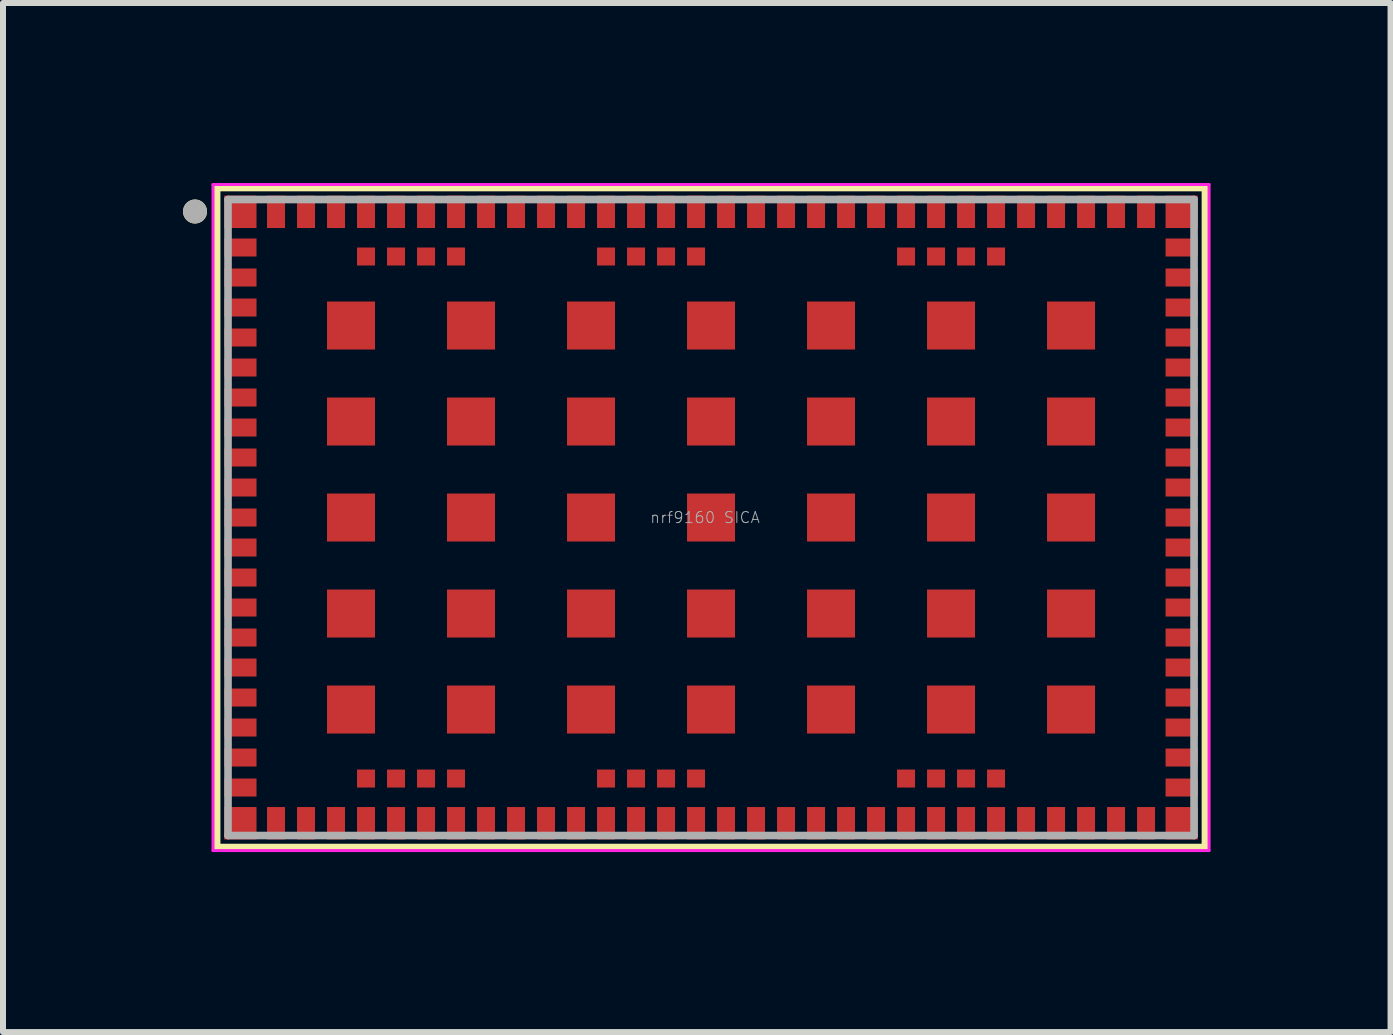
<source format=kicad_pcb>
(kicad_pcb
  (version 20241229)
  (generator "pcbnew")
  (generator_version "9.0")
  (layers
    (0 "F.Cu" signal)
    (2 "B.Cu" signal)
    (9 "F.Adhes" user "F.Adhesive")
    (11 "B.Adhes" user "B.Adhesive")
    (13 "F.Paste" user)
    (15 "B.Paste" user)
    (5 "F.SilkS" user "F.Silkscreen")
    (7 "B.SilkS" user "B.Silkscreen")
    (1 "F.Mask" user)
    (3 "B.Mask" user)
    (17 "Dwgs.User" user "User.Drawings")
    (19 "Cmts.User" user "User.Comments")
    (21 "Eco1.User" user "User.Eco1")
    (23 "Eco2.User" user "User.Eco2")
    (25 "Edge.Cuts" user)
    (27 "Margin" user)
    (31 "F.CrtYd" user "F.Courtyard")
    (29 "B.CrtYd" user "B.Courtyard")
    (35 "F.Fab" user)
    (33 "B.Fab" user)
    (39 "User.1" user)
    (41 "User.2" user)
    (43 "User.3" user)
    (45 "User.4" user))
  (footprint "nrf9160 SICA"
    (layer "F.Cu")
    (at 8.8 5.575)
    (property "Reference" "nrf9160 SICA" (at -0.1 0 0) (layer "F.Fab") (effects (font (size 0.184 0.184) (thickness 0.016))))
    (fp_poly (pts (xy -8.165 -4.775) (xy -7.525 -4.775) (xy -7.525 -5.415) (xy -8.165 -5.415)) (stroke (width 0) (type solid)) (fill yes) (layer "F.Mask"))
    (fp_poly (pts (xy -8.165 5.415) (xy -7.525 5.415) (xy -7.525 4.775) (xy -8.165 4.775)) (stroke (width 0) (type solid)) (fill yes) (layer "F.Mask"))
    (fp_poly (pts (xy -7.525 -4.3) (xy -7.525 -4.7) (xy -8.165 -4.7) (xy -8.165 -4.3)) (stroke (width 0) (type solid)) (fill yes) (layer "F.Mask"))
    (fp_poly (pts (xy -7.525 -4.3) (xy -7.525 -4.7) (xy -8.165 -4.7) (xy -8.165 -4.3)) (stroke (width 0) (type solid)) (fill yes) (layer "F.Mask"))
    (fp_poly (pts (xy -7.525 -3.8) (xy -7.525 -4.2) (xy -8.165 -4.2) (xy -8.165 -3.8)) (stroke (width 0) (type solid)) (fill yes) (layer "F.Mask"))
    (fp_poly (pts (xy -7.525 -3.3) (xy -7.525 -3.7) (xy -8.165 -3.7) (xy -8.165 -3.3)) (stroke (width 0) (type solid)) (fill yes) (layer "F.Mask"))
    (fp_poly (pts (xy -7.525 -2.8) (xy -7.525 -3.2) (xy -8.165 -3.2) (xy -8.165 -2.8)) (stroke (width 0) (type solid)) (fill yes) (layer "F.Mask"))
    (fp_poly (pts (xy -7.525 -2.3) (xy -7.525 -2.7) (xy -8.165 -2.7) (xy -8.165 -2.3)) (stroke (width 0) (type solid)) (fill yes) (layer "F.Mask"))
    (fp_poly (pts (xy -7.525 -1.8) (xy -7.525 -2.2) (xy -8.165 -2.2) (xy -8.165 -1.8)) (stroke (width 0) (type solid)) (fill yes) (layer "F.Mask"))
    (fp_poly (pts (xy -7.525 -1.3) (xy -7.525 -1.7) (xy -8.165 -1.7) (xy -8.165 -1.3)) (stroke (width 0) (type solid)) (fill yes) (layer "F.Mask"))
    (fp_poly (pts (xy -7.525 -0.8) (xy -7.525 -1.2) (xy -8.165 -1.2) (xy -8.165 -0.8)) (stroke (width 0) (type solid)) (fill yes) (layer "F.Mask"))
    (fp_poly (pts (xy -7.525 -0.3) (xy -7.525 -0.7) (xy -8.165 -0.7) (xy -8.165 -0.3)) (stroke (width 0) (type solid)) (fill yes) (layer "F.Mask"))
    (fp_poly (pts (xy -7.525 0.2) (xy -7.525 -0.2) (xy -8.165 -0.2) (xy -8.165 0.2)) (stroke (width 0) (type solid)) (fill yes) (layer "F.Mask"))
    (fp_poly (pts (xy -7.525 0.7) (xy -7.525 0.3) (xy -8.165 0.3) (xy -8.165 0.7)) (stroke (width 0) (type solid)) (fill yes) (layer "F.Mask"))
    (fp_poly (pts (xy -7.525 1.2) (xy -7.525 0.8) (xy -8.165 0.8) (xy -8.165 1.2)) (stroke (width 0) (type solid)) (fill yes) (layer "F.Mask"))
    (fp_poly (pts (xy -7.525 1.7) (xy -7.525 1.3) (xy -8.165 1.3) (xy -8.165 1.7)) (stroke (width 0) (type solid)) (fill yes) (layer "F.Mask"))
    (fp_poly (pts (xy -7.525 2.2) (xy -7.525 1.8) (xy -8.165 1.8) (xy -8.165 2.2)) (stroke (width 0) (type solid)) (fill yes) (layer "F.Mask"))
    (fp_poly (pts (xy -7.525 2.7) (xy -7.525 2.3) (xy -8.165 2.3) (xy -8.165 2.7)) (stroke (width 0) (type solid)) (fill yes) (layer "F.Mask"))
    (fp_poly (pts (xy -7.525 3.2) (xy -7.525 2.8) (xy -8.165 2.8) (xy -8.165 3.2)) (stroke (width 0) (type solid)) (fill yes) (layer "F.Mask"))
    (fp_poly (pts (xy -7.525 3.7) (xy -7.525 3.3) (xy -8.165 3.3) (xy -8.165 3.7)) (stroke (width 0) (type solid)) (fill yes) (layer "F.Mask"))
    (fp_poly (pts (xy -7.525 4.2) (xy -7.525 3.8) (xy -8.165 3.8) (xy -8.165 4.2)) (stroke (width 0) (type solid)) (fill yes) (layer "F.Mask"))
    (fp_poly (pts (xy -7.525 4.7) (xy -7.525 4.3) (xy -8.165 4.3) (xy -8.165 4.7)) (stroke (width 0) (type solid)) (fill yes) (layer "F.Mask"))
    (fp_poly (pts (xy -7.45 -4.775) (xy -7.05 -4.775) (xy -7.05 -5.415) (xy -7.45 -5.415)) (stroke (width 0) (type solid)) (fill yes) (layer "F.Mask"))
    (fp_poly (pts (xy -7.45 5.415) (xy -7.05 5.415) (xy -7.05 4.775) (xy -7.45 4.775)) (stroke (width 0) (type solid)) (fill yes) (layer "F.Mask"))
    (fp_poly (pts (xy -6.95 -4.775) (xy -6.55 -4.775) (xy -6.55 -5.415) (xy -6.95 -5.415)) (stroke (width 0) (type solid)) (fill yes) (layer "F.Mask"))
    (fp_poly (pts (xy -6.95 5.415) (xy -6.55 5.415) (xy -6.55 4.775) (xy -6.95 4.775)) (stroke (width 0) (type solid)) (fill yes) (layer "F.Mask"))
    (fp_poly (pts (xy -6.45 -4.775) (xy -6.05 -4.775) (xy -6.05 -5.415) (xy -6.45 -5.415)) (stroke (width 0) (type solid)) (fill yes) (layer "F.Mask"))
    (fp_poly (pts (xy -6.45 -2.75) (xy -5.55 -2.75) (xy -5.55 -3.65) (xy -6.45 -3.65)) (stroke (width 0) (type solid)) (fill yes) (layer "F.Mask"))
    (fp_poly (pts (xy -6.45 -1.15) (xy -5.55 -1.15) (xy -5.55 -2.05) (xy -6.45 -2.05)) (stroke (width 0) (type solid)) (fill yes) (layer "F.Mask"))
    (fp_poly (pts (xy -6.45 0.45) (xy -5.55 0.45) (xy -5.55 -0.45) (xy -6.45 -0.45)) (stroke (width 0) (type solid)) (fill yes) (layer "F.Mask"))
    (fp_poly (pts (xy -6.45 2.05) (xy -5.55 2.05) (xy -5.55 1.15) (xy -6.45 1.15)) (stroke (width 0) (type solid)) (fill yes) (layer "F.Mask"))
    (fp_poly (pts (xy -6.45 3.65) (xy -5.55 3.65) (xy -5.55 2.75) (xy -6.45 2.75)) (stroke (width 0) (type solid)) (fill yes) (layer "F.Mask"))
    (fp_poly (pts (xy -6.45 5.415) (xy -6.05 5.415) (xy -6.05 4.775) (xy -6.45 4.775)) (stroke (width 0) (type solid)) (fill yes) (layer "F.Mask"))
    (fp_poly (pts (xy -5.95 -4.775) (xy -5.55 -4.775) (xy -5.55 -5.415) (xy -5.95 -5.415)) (stroke (width 0) (type solid)) (fill yes) (layer "F.Mask"))
    (fp_poly (pts (xy -5.95 -4.15) (xy -5.55 -4.15) (xy -5.55 -4.55) (xy -5.95 -4.55)) (stroke (width 0) (type solid)) (fill yes) (layer "F.Mask"))
    (fp_poly (pts (xy -5.95 4.55) (xy -5.55 4.55) (xy -5.55 4.15) (xy -5.95 4.15)) (stroke (width 0) (type solid)) (fill yes) (layer "F.Mask"))
    (fp_poly (pts (xy -5.95 5.415) (xy -5.55 5.415) (xy -5.55 4.775) (xy -5.95 4.775)) (stroke (width 0) (type solid)) (fill yes) (layer "F.Mask"))
    (fp_poly (pts (xy -5.45 -4.775) (xy -5.05 -4.775) (xy -5.05 -5.415) (xy -5.45 -5.415)) (stroke (width 0) (type solid)) (fill yes) (layer "F.Mask"))
    (fp_poly (pts (xy -5.45 -4.15) (xy -5.05 -4.15) (xy -5.05 -4.55) (xy -5.45 -4.55)) (stroke (width 0) (type solid)) (fill yes) (layer "F.Mask"))
    (fp_poly (pts (xy -5.45 4.55) (xy -5.05 4.55) (xy -5.05 4.15) (xy -5.45 4.15)) (stroke (width 0) (type solid)) (fill yes) (layer "F.Mask"))
    (fp_poly (pts (xy -5.45 5.415) (xy -5.05 5.415) (xy -5.05 4.775) (xy -5.45 4.775)) (stroke (width 0) (type solid)) (fill yes) (layer "F.Mask"))
    (fp_poly (pts (xy -4.95 -4.775) (xy -4.55 -4.775) (xy -4.55 -5.415) (xy -4.95 -5.415)) (stroke (width 0) (type solid)) (fill yes) (layer "F.Mask"))
    (fp_poly (pts (xy -4.95 -4.15) (xy -4.55 -4.15) (xy -4.55 -4.55) (xy -4.95 -4.55)) (stroke (width 0) (type solid)) (fill yes) (layer "F.Mask"))
    (fp_poly (pts (xy -4.95 4.55) (xy -4.55 4.55) (xy -4.55 4.15) (xy -4.95 4.15)) (stroke (width 0) (type solid)) (fill yes) (layer "F.Mask"))
    (fp_poly (pts (xy -4.95 5.415) (xy -4.55 5.415) (xy -4.55 4.775) (xy -4.95 4.775)) (stroke (width 0) (type solid)) (fill yes) (layer "F.Mask"))
    (fp_poly (pts (xy -4.45 -4.775) (xy -4.05 -4.775) (xy -4.05 -5.415) (xy -4.45 -5.415)) (stroke (width 0) (type solid)) (fill yes) (layer "F.Mask"))
    (fp_poly (pts (xy -4.45 -4.15) (xy -4.05 -4.15) (xy -4.05 -4.55) (xy -4.45 -4.55)) (stroke (width 0) (type solid)) (fill yes) (layer "F.Mask"))
    (fp_poly (pts (xy -4.45 -2.75) (xy -3.55 -2.75) (xy -3.55 -3.65) (xy -4.45 -3.65)) (stroke (width 0) (type solid)) (fill yes) (layer "F.Mask"))
    (fp_poly (pts (xy -4.45 -1.15) (xy -3.55 -1.15) (xy -3.55 -2.05) (xy -4.45 -2.05)) (stroke (width 0) (type solid)) (fill yes) (layer "F.Mask"))
    (fp_poly (pts (xy -4.45 0.45) (xy -3.55 0.45) (xy -3.55 -0.45) (xy -4.45 -0.45)) (stroke (width 0) (type solid)) (fill yes) (layer "F.Mask"))
    (fp_poly (pts (xy -4.45 2.05) (xy -3.55 2.05) (xy -3.55 1.15) (xy -4.45 1.15)) (stroke (width 0) (type solid)) (fill yes) (layer "F.Mask"))
    (fp_poly (pts (xy -4.45 3.65) (xy -3.55 3.65) (xy -3.55 2.75) (xy -4.45 2.75)) (stroke (width 0) (type solid)) (fill yes) (layer "F.Mask"))
    (fp_poly (pts (xy -4.45 4.55) (xy -4.05 4.55) (xy -4.05 4.15) (xy -4.45 4.15)) (stroke (width 0) (type solid)) (fill yes) (layer "F.Mask"))
    (fp_poly (pts (xy -4.45 5.415) (xy -4.05 5.415) (xy -4.05 4.775) (xy -4.45 4.775)) (stroke (width 0) (type solid)) (fill yes) (layer "F.Mask"))
    (fp_poly (pts (xy -3.95 -4.775) (xy -3.55 -4.775) (xy -3.55 -5.415) (xy -3.95 -5.415)) (stroke (width 0) (type solid)) (fill yes) (layer "F.Mask"))
    (fp_poly (pts (xy -3.95 5.415) (xy -3.55 5.415) (xy -3.55 4.775) (xy -3.95 4.775)) (stroke (width 0) (type solid)) (fill yes) (layer "F.Mask"))
    (fp_poly (pts (xy -3.45 -4.775) (xy -3.05 -4.775) (xy -3.05 -5.415) (xy -3.45 -5.415)) (stroke (width 0) (type solid)) (fill yes) (layer "F.Mask"))
    (fp_poly (pts (xy -3.45 5.415) (xy -3.05 5.415) (xy -3.05 4.775) (xy -3.45 4.775)) (stroke (width 0) (type solid)) (fill yes) (layer "F.Mask"))
    (fp_poly (pts (xy -2.95 -4.775) (xy -2.55 -4.775) (xy -2.55 -5.415) (xy -2.95 -5.415)) (stroke (width 0) (type solid)) (fill yes) (layer "F.Mask"))
    (fp_poly (pts (xy -2.95 5.415) (xy -2.55 5.415) (xy -2.55 4.775) (xy -2.95 4.775)) (stroke (width 0) (type solid)) (fill yes) (layer "F.Mask"))
    (fp_poly (pts (xy -2.45 -4.775) (xy -2.05 -4.775) (xy -2.05 -5.415) (xy -2.45 -5.415)) (stroke (width 0) (type solid)) (fill yes) (layer "F.Mask"))
    (fp_poly (pts (xy -2.45 -2.75) (xy -1.55 -2.75) (xy -1.55 -3.65) (xy -2.45 -3.65)) (stroke (width 0) (type solid)) (fill yes) (layer "F.Mask"))
    (fp_poly (pts (xy -2.45 -1.15) (xy -1.55 -1.15) (xy -1.55 -2.05) (xy -2.45 -2.05)) (stroke (width 0) (type solid)) (fill yes) (layer "F.Mask"))
    (fp_poly (pts (xy -2.45 0.45) (xy -1.55 0.45) (xy -1.55 -0.45) (xy -2.45 -0.45)) (stroke (width 0) (type solid)) (fill yes) (layer "F.Mask"))
    (fp_poly (pts (xy -2.45 2.05) (xy -1.55 2.05) (xy -1.55 1.15) (xy -2.45 1.15)) (stroke (width 0) (type solid)) (fill yes) (layer "F.Mask"))
    (fp_poly (pts (xy -2.45 3.65) (xy -1.55 3.65) (xy -1.55 2.75) (xy -2.45 2.75)) (stroke (width 0) (type solid)) (fill yes) (layer "F.Mask"))
    (fp_poly (pts (xy -2.45 5.415) (xy -2.05 5.415) (xy -2.05 4.775) (xy -2.45 4.775)) (stroke (width 0) (type solid)) (fill yes) (layer "F.Mask"))
    (fp_poly (pts (xy -1.95 -4.775) (xy -1.55 -4.775) (xy -1.55 -5.415) (xy -1.95 -5.415)) (stroke (width 0) (type solid)) (fill yes) (layer "F.Mask"))
    (fp_poly (pts (xy -1.95 -4.15) (xy -1.55 -4.15) (xy -1.55 -4.55) (xy -1.95 -4.55)) (stroke (width 0) (type solid)) (fill yes) (layer "F.Mask"))
    (fp_poly (pts (xy -1.95 4.55) (xy -1.55 4.55) (xy -1.55 4.15) (xy -1.95 4.15)) (stroke (width 0) (type solid)) (fill yes) (layer "F.Mask"))
    (fp_poly (pts (xy -1.95 5.415) (xy -1.55 5.415) (xy -1.55 4.775) (xy -1.95 4.775)) (stroke (width 0) (type solid)) (fill yes) (layer "F.Mask"))
    (fp_poly (pts (xy -1.45 -4.775) (xy -1.05 -4.775) (xy -1.05 -5.415) (xy -1.45 -5.415)) (stroke (width 0) (type solid)) (fill yes) (layer "F.Mask"))
    (fp_poly (pts (xy -1.45 -4.15) (xy -1.05 -4.15) (xy -1.05 -4.55) (xy -1.45 -4.55)) (stroke (width 0) (type solid)) (fill yes) (layer "F.Mask"))
    (fp_poly (pts (xy -1.45 4.55) (xy -1.05 4.55) (xy -1.05 4.15) (xy -1.45 4.15)) (stroke (width 0) (type solid)) (fill yes) (layer "F.Mask"))
    (fp_poly (pts (xy -1.45 5.415) (xy -1.05 5.415) (xy -1.05 4.775) (xy -1.45 4.775)) (stroke (width 0) (type solid)) (fill yes) (layer "F.Mask"))
    (fp_poly (pts (xy -0.95 -4.775) (xy -0.55 -4.775) (xy -0.55 -5.415) (xy -0.95 -5.415)) (stroke (width 0) (type solid)) (fill yes) (layer "F.Mask"))
    (fp_poly (pts (xy -0.95 -4.15) (xy -0.55 -4.15) (xy -0.55 -4.55) (xy -0.95 -4.55)) (stroke (width 0) (type solid)) (fill yes) (layer "F.Mask"))
    (fp_poly (pts (xy -0.95 4.55) (xy -0.55 4.55) (xy -0.55 4.15) (xy -0.95 4.15)) (stroke (width 0) (type solid)) (fill yes) (layer "F.Mask"))
    (fp_poly (pts (xy -0.95 5.415) (xy -0.55 5.415) (xy -0.55 4.775) (xy -0.95 4.775)) (stroke (width 0) (type solid)) (fill yes) (layer "F.Mask"))
    (fp_poly (pts (xy -0.45 -4.775) (xy -0.05 -4.775) (xy -0.05 -5.415) (xy -0.45 -5.415)) (stroke (width 0) (type solid)) (fill yes) (layer "F.Mask"))
    (fp_poly (pts (xy -0.45 -4.15) (xy -0.05 -4.15) (xy -0.05 -4.55) (xy -0.45 -4.55)) (stroke (width 0) (type solid)) (fill yes) (layer "F.Mask"))
    (fp_poly (pts (xy -0.45 -2.75) (xy 0.45 -2.75) (xy 0.45 -3.65) (xy -0.45 -3.65)) (stroke (width 0) (type solid)) (fill yes) (layer "F.Mask"))
    (fp_poly (pts (xy -0.45 -1.15) (xy 0.45 -1.15) (xy 0.45 -2.05) (xy -0.45 -2.05)) (stroke (width 0) (type solid)) (fill yes) (layer "F.Mask"))
    (fp_poly (pts (xy -0.45 0.45) (xy 0.45 0.45) (xy 0.45 -0.45) (xy -0.45 -0.45)) (stroke (width 0) (type solid)) (fill yes) (layer "F.Mask"))
    (fp_poly (pts (xy -0.45 2.05) (xy 0.45 2.05) (xy 0.45 1.15) (xy -0.45 1.15)) (stroke (width 0) (type solid)) (fill yes) (layer "F.Mask"))
    (fp_poly (pts (xy -0.45 3.65) (xy 0.45 3.65) (xy 0.45 2.75) (xy -0.45 2.75)) (stroke (width 0) (type solid)) (fill yes) (layer "F.Mask"))
    (fp_poly (pts (xy -0.45 4.55) (xy -0.05 4.55) (xy -0.05 4.15) (xy -0.45 4.15)) (stroke (width 0) (type solid)) (fill yes) (layer "F.Mask"))
    (fp_poly (pts (xy -0.45 5.415) (xy -0.05 5.415) (xy -0.05 4.775) (xy -0.45 4.775)) (stroke (width 0) (type solid)) (fill yes) (layer "F.Mask"))
    (fp_poly (pts (xy 0.05 -4.775) (xy 0.45 -4.775) (xy 0.45 -5.415) (xy 0.05 -5.415)) (stroke (width 0) (type solid)) (fill yes) (layer "F.Mask"))
    (fp_poly (pts (xy 0.05 5.415) (xy 0.45 5.415) (xy 0.45 4.775) (xy 0.05 4.775)) (stroke (width 0) (type solid)) (fill yes) (layer "F.Mask"))
    (fp_poly (pts (xy 0.55 -4.775) (xy 0.95 -4.775) (xy 0.95 -5.415) (xy 0.55 -5.415)) (stroke (width 0) (type solid)) (fill yes) (layer "F.Mask"))
    (fp_poly (pts (xy 0.55 5.415) (xy 0.95 5.415) (xy 0.95 4.775) (xy 0.55 4.775)) (stroke (width 0) (type solid)) (fill yes) (layer "F.Mask"))
    (fp_poly (pts (xy 1.05 -4.775) (xy 1.45 -4.775) (xy 1.45 -5.415) (xy 1.05 -5.415)) (stroke (width 0) (type solid)) (fill yes) (layer "F.Mask"))
    (fp_poly (pts (xy 1.05 5.415) (xy 1.45 5.415) (xy 1.45 4.775) (xy 1.05 4.775)) (stroke (width 0) (type solid)) (fill yes) (layer "F.Mask"))
    (fp_poly (pts (xy 1.55 -4.775) (xy 1.95 -4.775) (xy 1.95 -5.415) (xy 1.55 -5.415)) (stroke (width 0) (type solid)) (fill yes) (layer "F.Mask"))
    (fp_poly (pts (xy 1.55 -2.75) (xy 2.45 -2.75) (xy 2.45 -3.65) (xy 1.55 -3.65)) (stroke (width 0) (type solid)) (fill yes) (layer "F.Mask"))
    (fp_poly (pts (xy 1.55 -1.15) (xy 2.45 -1.15) (xy 2.45 -2.05) (xy 1.55 -2.05)) (stroke (width 0) (type solid)) (fill yes) (layer "F.Mask"))
    (fp_poly (pts (xy 1.55 0.45) (xy 2.45 0.45) (xy 2.45 -0.45) (xy 1.55 -0.45)) (stroke (width 0) (type solid)) (fill yes) (layer "F.Mask"))
    (fp_poly (pts (xy 1.55 2.05) (xy 2.45 2.05) (xy 2.45 1.15) (xy 1.55 1.15)) (stroke (width 0) (type solid)) (fill yes) (layer "F.Mask"))
    (fp_poly (pts (xy 1.55 3.65) (xy 2.45 3.65) (xy 2.45 2.75) (xy 1.55 2.75)) (stroke (width 0) (type solid)) (fill yes) (layer "F.Mask"))
    (fp_poly (pts (xy 1.55 5.415) (xy 1.95 5.415) (xy 1.95 4.775) (xy 1.55 4.775)) (stroke (width 0) (type solid)) (fill yes) (layer "F.Mask"))
    (fp_poly (pts (xy 2.05 -4.775) (xy 2.45 -4.775) (xy 2.45 -5.415) (xy 2.05 -5.415)) (stroke (width 0) (type solid)) (fill yes) (layer "F.Mask"))
    (fp_poly (pts (xy 2.05 5.415) (xy 2.45 5.415) (xy 2.45 4.775) (xy 2.05 4.775)) (stroke (width 0) (type solid)) (fill yes) (layer "F.Mask"))
    (fp_poly (pts (xy 2.55 -4.775) (xy 2.95 -4.775) (xy 2.95 -5.415) (xy 2.55 -5.415)) (stroke (width 0) (type solid)) (fill yes) (layer "F.Mask"))
    (fp_poly (pts (xy 2.55 5.415) (xy 2.95 5.415) (xy 2.95 4.775) (xy 2.55 4.775)) (stroke (width 0) (type solid)) (fill yes) (layer "F.Mask"))
    (fp_poly (pts (xy 3.05 -4.775) (xy 3.45 -4.775) (xy 3.45 -5.415) (xy 3.05 -5.415)) (stroke (width 0) (type solid)) (fill yes) (layer "F.Mask"))
    (fp_poly (pts (xy 3.05 -4.15) (xy 3.45 -4.15) (xy 3.45 -4.55) (xy 3.05 -4.55)) (stroke (width 0) (type solid)) (fill yes) (layer "F.Mask"))
    (fp_poly (pts (xy 3.05 4.55) (xy 3.45 4.55) (xy 3.45 4.15) (xy 3.05 4.15)) (stroke (width 0) (type solid)) (fill yes) (layer "F.Mask"))
    (fp_poly (pts (xy 3.05 5.415) (xy 3.45 5.415) (xy 3.45 4.775) (xy 3.05 4.775)) (stroke (width 0) (type solid)) (fill yes) (layer "F.Mask"))
    (fp_poly (pts (xy 3.55 -4.775) (xy 3.95 -4.775) (xy 3.95 -5.415) (xy 3.55 -5.415)) (stroke (width 0) (type solid)) (fill yes) (layer "F.Mask"))
    (fp_poly (pts (xy 3.55 -4.15) (xy 3.95 -4.15) (xy 3.95 -4.55) (xy 3.55 -4.55)) (stroke (width 0) (type solid)) (fill yes) (layer "F.Mask"))
    (fp_poly (pts (xy 3.55 -2.75) (xy 4.45 -2.75) (xy 4.45 -3.65) (xy 3.55 -3.65)) (stroke (width 0) (type solid)) (fill yes) (layer "F.Mask"))
    (fp_poly (pts (xy 3.55 -1.15) (xy 4.45 -1.15) (xy 4.45 -2.05) (xy 3.55 -2.05)) (stroke (width 0) (type solid)) (fill yes) (layer "F.Mask"))
    (fp_poly (pts (xy 3.55 0.45) (xy 4.45 0.45) (xy 4.45 -0.45) (xy 3.55 -0.45)) (stroke (width 0) (type solid)) (fill yes) (layer "F.Mask"))
    (fp_poly (pts (xy 3.55 2.05) (xy 4.45 2.05) (xy 4.45 1.15) (xy 3.55 1.15)) (stroke (width 0) (type solid)) (fill yes) (layer "F.Mask"))
    (fp_poly (pts (xy 3.55 3.65) (xy 4.45 3.65) (xy 4.45 2.75) (xy 3.55 2.75)) (stroke (width 0) (type solid)) (fill yes) (layer "F.Mask"))
    (fp_poly (pts (xy 3.55 4.55) (xy 3.95 4.55) (xy 3.95 4.15) (xy 3.55 4.15)) (stroke (width 0) (type solid)) (fill yes) (layer "F.Mask"))
    (fp_poly (pts (xy 3.55 5.415) (xy 3.95 5.415) (xy 3.95 4.775) (xy 3.55 4.775)) (stroke (width 0) (type solid)) (fill yes) (layer "F.Mask"))
    (fp_poly (pts (xy 4.05 -4.775) (xy 4.45 -4.775) (xy 4.45 -5.415) (xy 4.05 -5.415)) (stroke (width 0) (type solid)) (fill yes) (layer "F.Mask"))
    (fp_poly (pts (xy 4.05 -4.15) (xy 4.45 -4.15) (xy 4.45 -4.55) (xy 4.05 -4.55)) (stroke (width 0) (type solid)) (fill yes) (layer "F.Mask"))
    (fp_poly (pts (xy 4.05 4.55) (xy 4.45 4.55) (xy 4.45 4.15) (xy 4.05 4.15)) (stroke (width 0) (type solid)) (fill yes) (layer "F.Mask"))
    (fp_poly (pts (xy 4.05 5.415) (xy 4.45 5.415) (xy 4.45 4.775) (xy 4.05 4.775)) (stroke (width 0) (type solid)) (fill yes) (layer "F.Mask"))
    (fp_poly (pts (xy 4.55 -4.775) (xy 4.95 -4.775) (xy 4.95 -5.415) (xy 4.55 -5.415)) (stroke (width 0) (type solid)) (fill yes) (layer "F.Mask"))
    (fp_poly (pts (xy 4.55 -4.15) (xy 4.95 -4.15) (xy 4.95 -4.55) (xy 4.55 -4.55)) (stroke (width 0) (type solid)) (fill yes) (layer "F.Mask"))
    (fp_poly (pts (xy 4.55 4.55) (xy 4.95 4.55) (xy 4.95 4.15) (xy 4.55 4.15)) (stroke (width 0) (type solid)) (fill yes) (layer "F.Mask"))
    (fp_poly (pts (xy 4.55 5.415) (xy 4.95 5.415) (xy 4.95 4.775) (xy 4.55 4.775)) (stroke (width 0) (type solid)) (fill yes) (layer "F.Mask"))
    (fp_poly (pts (xy 5.05 -4.775) (xy 5.45 -4.775) (xy 5.45 -5.415) (xy 5.05 -5.415)) (stroke (width 0) (type solid)) (fill yes) (layer "F.Mask"))
    (fp_poly (pts (xy 5.05 5.415) (xy 5.45 5.415) (xy 5.45 4.775) (xy 5.05 4.775)) (stroke (width 0) (type solid)) (fill yes) (layer "F.Mask"))
    (fp_poly (pts (xy 5.55 -4.775) (xy 5.95 -4.775) (xy 5.95 -5.415) (xy 5.55 -5.415)) (stroke (width 0) (type solid)) (fill yes) (layer "F.Mask"))
    (fp_poly (pts (xy 5.55 -2.75) (xy 6.45 -2.75) (xy 6.45 -3.65) (xy 5.55 -3.65)) (stroke (width 0) (type solid)) (fill yes) (layer "F.Mask"))
    (fp_poly (pts (xy 5.55 -1.15) (xy 6.45 -1.15) (xy 6.45 -2.05) (xy 5.55 -2.05)) (stroke (width 0) (type solid)) (fill yes) (layer "F.Mask"))
    (fp_poly (pts (xy 5.55 0.45) (xy 6.45 0.45) (xy 6.45 -0.45) (xy 5.55 -0.45)) (stroke (width 0) (type solid)) (fill yes) (layer "F.Mask"))
    (fp_poly (pts (xy 5.55 2.05) (xy 6.45 2.05) (xy 6.45 1.15) (xy 5.55 1.15)) (stroke (width 0) (type solid)) (fill yes) (layer "F.Mask"))
    (fp_poly (pts (xy 5.55 3.65) (xy 6.45 3.65) (xy 6.45 2.75) (xy 5.55 2.75)) (stroke (width 0) (type solid)) (fill yes) (layer "F.Mask"))
    (fp_poly (pts (xy 5.55 5.415) (xy 5.95 5.415) (xy 5.95 4.775) (xy 5.55 4.775)) (stroke (width 0) (type solid)) (fill yes) (layer "F.Mask"))
    (fp_poly (pts (xy 6.05 -4.775) (xy 6.45 -4.775) (xy 6.45 -5.415) (xy 6.05 -5.415)) (stroke (width 0) (type solid)) (fill yes) (layer "F.Mask"))
    (fp_poly (pts (xy 6.05 5.415) (xy 6.45 5.415) (xy 6.45 4.775) (xy 6.05 4.775)) (stroke (width 0) (type solid)) (fill yes) (layer "F.Mask"))
    (fp_poly (pts (xy 6.55 -4.775) (xy 6.95 -4.775) (xy 6.95 -5.415) (xy 6.55 -5.415)) (stroke (width 0) (type solid)) (fill yes) (layer "F.Mask"))
    (fp_poly (pts (xy 6.55 5.415) (xy 6.95 5.415) (xy 6.95 4.775) (xy 6.55 4.775)) (stroke (width 0) (type solid)) (fill yes) (layer "F.Mask"))
    (fp_poly (pts (xy 7.05 -4.775) (xy 7.45 -4.775) (xy 7.45 -5.415) (xy 7.05 -5.415)) (stroke (width 0) (type solid)) (fill yes) (layer "F.Mask"))
    (fp_poly (pts (xy 7.05 5.415) (xy 7.45 5.415) (xy 7.45 4.775) (xy 7.05 4.775)) (stroke (width 0) (type solid)) (fill yes) (layer "F.Mask"))
    (fp_poly (pts (xy 7.525 -4.775) (xy 8.165 -4.775) (xy 8.165 -5.415) (xy 7.525 -5.415)) (stroke (width 0) (type solid)) (fill yes) (layer "F.Mask"))
    (fp_poly (pts (xy 7.525 5.415) (xy 8.165 5.415) (xy 8.165 4.775) (xy 7.525 4.775)) (stroke (width 0) (type solid)) (fill yes) (layer "F.Mask"))
    (fp_poly (pts (xy 8.165 -4.3) (xy 8.165 -4.7) (xy 7.525 -4.7) (xy 7.525 -4.3)) (stroke (width 0) (type solid)) (fill yes) (layer "F.Mask"))
    (fp_poly (pts (xy 8.165 -3.8) (xy 8.165 -4.2) (xy 7.525 -4.2) (xy 7.525 -3.8)) (stroke (width 0) (type solid)) (fill yes) (layer "F.Mask"))
    (fp_poly (pts (xy 8.165 -3.3) (xy 8.165 -3.7) (xy 7.525 -3.7) (xy 7.525 -3.3)) (stroke (width 0) (type solid)) (fill yes) (layer "F.Mask"))
    (fp_poly (pts (xy 8.165 -2.8) (xy 8.165 -3.2) (xy 7.525 -3.2) (xy 7.525 -2.8)) (stroke (width 0) (type solid)) (fill yes) (layer "F.Mask"))
    (fp_poly (pts (xy 8.165 -2.3) (xy 8.165 -2.7) (xy 7.525 -2.7) (xy 7.525 -2.3)) (stroke (width 0) (type solid)) (fill yes) (layer "F.Mask"))
    (fp_poly (pts (xy 8.165 -1.8) (xy 8.165 -2.2) (xy 7.525 -2.2) (xy 7.525 -1.8)) (stroke (width 0) (type solid)) (fill yes) (layer "F.Mask"))
    (fp_poly (pts (xy 8.165 -1.3) (xy 8.165 -1.7) (xy 7.525 -1.7) (xy 7.525 -1.3)) (stroke (width 0) (type solid)) (fill yes) (layer "F.Mask"))
    (fp_poly (pts (xy 8.165 -0.8) (xy 8.165 -1.2) (xy 7.525 -1.2) (xy 7.525 -0.8)) (stroke (width 0) (type solid)) (fill yes) (layer "F.Mask"))
    (fp_poly (pts (xy 8.165 -0.3) (xy 8.165 -0.7) (xy 7.525 -0.7) (xy 7.525 -0.3)) (stroke (width 0) (type solid)) (fill yes) (layer "F.Mask"))
    (fp_poly (pts (xy 8.165 0.2) (xy 8.165 -0.2) (xy 7.525 -0.2) (xy 7.525 0.2)) (stroke (width 0) (type solid)) (fill yes) (layer "F.Mask"))
    (fp_poly (pts (xy 8.165 0.7) (xy 8.165 0.3) (xy 7.525 0.3) (xy 7.525 0.7)) (stroke (width 0) (type solid)) (fill yes) (layer "F.Mask"))
    (fp_poly (pts (xy 8.165 1.2) (xy 8.165 0.8) (xy 7.525 0.8) (xy 7.525 1.2)) (stroke (width 0) (type solid)) (fill yes) (layer "F.Mask"))
    (fp_poly (pts (xy 8.165 1.7) (xy 8.165 1.3) (xy 7.525 1.3) (xy 7.525 1.7)) (stroke (width 0) (type solid)) (fill yes) (layer "F.Mask"))
    (fp_poly (pts (xy 8.165 2.2) (xy 8.165 1.8) (xy 7.525 1.8) (xy 7.525 2.2)) (stroke (width 0) (type solid)) (fill yes) (layer "F.Mask"))
    (fp_poly (pts (xy 8.165 2.7) (xy 8.165 2.3) (xy 7.525 2.3) (xy 7.525 2.7)) (stroke (width 0) (type solid)) (fill yes) (layer "F.Mask"))
    (fp_poly (pts (xy 8.165 3.2) (xy 8.165 2.8) (xy 7.525 2.8) (xy 7.525 3.2)) (stroke (width 0) (type solid)) (fill yes) (layer "F.Mask"))
    (fp_poly (pts (xy 8.165 3.7) (xy 8.165 3.3) (xy 7.525 3.3) (xy 7.525 3.7)) (stroke (width 0) (type solid)) (fill yes) (layer "F.Mask"))
    (fp_poly (pts (xy 8.165 4.2) (xy 8.165 3.8) (xy 7.525 3.8) (xy 7.525 4.2)) (stroke (width 0) (type solid)) (fill yes) (layer "F.Mask"))
    (fp_poly (pts (xy 8.165 4.7) (xy 8.165 4.3) (xy 7.525 4.3) (xy 7.525 4.7)) (stroke (width 0) (type solid)) (fill yes) (layer "F.Mask"))
    (fp_line (start -8.24 -5.5) (end 8.24 -5.5) (stroke (width 0.127) (type solid)) (layer "F.SilkS"))
    (fp_line (start -8.24 5.5) (end -8.24 -5.5) (stroke (width 0.127) (type solid)) (layer "F.SilkS"))
    (fp_line (start 8.24 -5.5) (end 8.24 5.5) (stroke (width 0.127) (type solid)) (layer "F.SilkS"))
    (fp_line (start 8.24 5.5) (end -8.24 5.5) (stroke (width 0.127) (type solid)) (layer "F.SilkS"))
    (fp_circle (center -8.6 -5.1) (end -8.5 -5.1) (stroke (width 0.2) (type solid)) (fill no) (layer "F.SilkS"))
    (fp_poly (pts (xy -8.045 -4.895) (xy -7.645 -4.895) (xy -7.645 -5.295) (xy -8.045 -5.295)) (stroke (width 0) (type solid)) (fill yes) (layer "F.Paste"))
    (fp_poly (pts (xy -8.045 5.295) (xy -7.645 5.295) (xy -7.645 4.895) (xy -8.045 4.895)) (stroke (width 0) (type solid)) (fill yes) (layer "F.Paste"))
    (fp_poly (pts (xy -6.285 -2.915) (xy -5.715 -2.915) (xy -5.715 -3.485) (xy -6.285 -3.485)) (stroke (width 0) (type solid)) (fill yes) (layer "F.Paste"))
    (fp_poly (pts (xy -6.285 -1.315) (xy -5.715 -1.315) (xy -5.715 -1.885) (xy -6.285 -1.885)) (stroke (width 0) (type solid)) (fill yes) (layer "F.Paste"))
    (fp_poly (pts (xy -6.285 0.285) (xy -5.715 0.285) (xy -5.715 -0.285) (xy -6.285 -0.285)) (stroke (width 0) (type solid)) (fill yes) (layer "F.Paste"))
    (fp_poly (pts (xy -6.285 1.885) (xy -5.715 1.885) (xy -5.715 1.315) (xy -6.285 1.315)) (stroke (width 0) (type solid)) (fill yes) (layer "F.Paste"))
    (fp_poly (pts (xy -6.285 3.485) (xy -5.715 3.485) (xy -5.715 2.915) (xy -6.285 2.915)) (stroke (width 0) (type solid)) (fill yes) (layer "F.Paste"))
    (fp_poly (pts (xy -4.285 -2.915) (xy -3.715 -2.915) (xy -3.715 -3.485) (xy -4.285 -3.485)) (stroke (width 0) (type solid)) (fill yes) (layer "F.Paste"))
    (fp_poly (pts (xy -4.285 -1.315) (xy -3.715 -1.315) (xy -3.715 -1.885) (xy -4.285 -1.885)) (stroke (width 0) (type solid)) (fill yes) (layer "F.Paste"))
    (fp_poly (pts (xy -4.285 0.285) (xy -3.715 0.285) (xy -3.715 -0.285) (xy -4.285 -0.285)) (stroke (width 0) (type solid)) (fill yes) (layer "F.Paste"))
    (fp_poly (pts (xy -4.285 1.885) (xy -3.715 1.885) (xy -3.715 1.315) (xy -4.285 1.315)) (stroke (width 0) (type solid)) (fill yes) (layer "F.Paste"))
    (fp_poly (pts (xy -4.285 3.485) (xy -3.715 3.485) (xy -3.715 2.915) (xy -4.285 2.915)) (stroke (width 0) (type solid)) (fill yes) (layer "F.Paste"))
    (fp_poly (pts (xy -2.285 -2.915) (xy -1.715 -2.915) (xy -1.715 -3.485) (xy -2.285 -3.485)) (stroke (width 0) (type solid)) (fill yes) (layer "F.Paste"))
    (fp_poly (pts (xy -2.285 -1.315) (xy -1.715 -1.315) (xy -1.715 -1.885) (xy -2.285 -1.885)) (stroke (width 0) (type solid)) (fill yes) (layer "F.Paste"))
    (fp_poly (pts (xy -2.285 0.285) (xy -1.715 0.285) (xy -1.715 -0.285) (xy -2.285 -0.285)) (stroke (width 0) (type solid)) (fill yes) (layer "F.Paste"))
    (fp_poly (pts (xy -2.285 1.885) (xy -1.715 1.885) (xy -1.715 1.315) (xy -2.285 1.315)) (stroke (width 0) (type solid)) (fill yes) (layer "F.Paste"))
    (fp_poly (pts (xy -2.285 3.485) (xy -1.715 3.485) (xy -1.715 2.915) (xy -2.285 2.915)) (stroke (width 0) (type solid)) (fill yes) (layer "F.Paste"))
    (fp_poly (pts (xy -0.285 -2.915) (xy 0.285 -2.915) (xy 0.285 -3.485) (xy -0.285 -3.485)) (stroke (width 0) (type solid)) (fill yes) (layer "F.Paste"))
    (fp_poly (pts (xy -0.285 -1.315) (xy 0.285 -1.315) (xy 0.285 -1.885) (xy -0.285 -1.885)) (stroke (width 0) (type solid)) (fill yes) (layer "F.Paste"))
    (fp_poly (pts (xy -0.285 0.285) (xy 0.285 0.285) (xy 0.285 -0.285) (xy -0.285 -0.285)) (stroke (width 0) (type solid)) (fill yes) (layer "F.Paste"))
    (fp_poly (pts (xy -0.285 1.885) (xy 0.285 1.885) (xy 0.285 1.315) (xy -0.285 1.315)) (stroke (width 0) (type solid)) (fill yes) (layer "F.Paste"))
    (fp_poly (pts (xy -0.285 3.485) (xy 0.285 3.485) (xy 0.285 2.915) (xy -0.285 2.915)) (stroke (width 0) (type solid)) (fill yes) (layer "F.Paste"))
    (fp_poly (pts (xy 1.715 -2.915) (xy 2.285 -2.915) (xy 2.285 -3.485) (xy 1.715 -3.485)) (stroke (width 0) (type solid)) (fill yes) (layer "F.Paste"))
    (fp_poly (pts (xy 1.715 -1.315) (xy 2.285 -1.315) (xy 2.285 -1.885) (xy 1.715 -1.885)) (stroke (width 0) (type solid)) (fill yes) (layer "F.Paste"))
    (fp_poly (pts (xy 1.715 0.285) (xy 2.285 0.285) (xy 2.285 -0.285) (xy 1.715 -0.285)) (stroke (width 0) (type solid)) (fill yes) (layer "F.Paste"))
    (fp_poly (pts (xy 1.715 1.885) (xy 2.285 1.885) (xy 2.285 1.315) (xy 1.715 1.315)) (stroke (width 0) (type solid)) (fill yes) (layer "F.Paste"))
    (fp_poly (pts (xy 1.715 3.485) (xy 2.285 3.485) (xy 2.285 2.915) (xy 1.715 2.915)) (stroke (width 0) (type solid)) (fill yes) (layer "F.Paste"))
    (fp_poly (pts (xy 3.715 -2.915) (xy 4.285 -2.915) (xy 4.285 -3.485) (xy 3.715 -3.485)) (stroke (width 0) (type solid)) (fill yes) (layer "F.Paste"))
    (fp_poly (pts (xy 3.715 -1.315) (xy 4.285 -1.315) (xy 4.285 -1.885) (xy 3.715 -1.885)) (stroke (width 0) (type solid)) (fill yes) (layer "F.Paste"))
    (fp_poly (pts (xy 3.715 0.285) (xy 4.285 0.285) (xy 4.285 -0.285) (xy 3.715 -0.285)) (stroke (width 0) (type solid)) (fill yes) (layer "F.Paste"))
    (fp_poly (pts (xy 3.715 1.885) (xy 4.285 1.885) (xy 4.285 1.315) (xy 3.715 1.315)) (stroke (width 0) (type solid)) (fill yes) (layer "F.Paste"))
    (fp_poly (pts (xy 3.715 3.485) (xy 4.285 3.485) (xy 4.285 2.915) (xy 3.715 2.915)) (stroke (width 0) (type solid)) (fill yes) (layer "F.Paste"))
    (fp_poly (pts (xy 5.715 -2.915) (xy 6.285 -2.915) (xy 6.285 -3.485) (xy 5.715 -3.485)) (stroke (width 0) (type solid)) (fill yes) (layer "F.Paste"))
    (fp_poly (pts (xy 5.715 -1.315) (xy 6.285 -1.315) (xy 6.285 -1.885) (xy 5.715 -1.885)) (stroke (width 0) (type solid)) (fill yes) (layer "F.Paste"))
    (fp_poly (pts (xy 5.715 0.285) (xy 6.285 0.285) (xy 6.285 -0.285) (xy 5.715 -0.285)) (stroke (width 0) (type solid)) (fill yes) (layer "F.Paste"))
    (fp_poly (pts (xy 5.715 1.885) (xy 6.285 1.885) (xy 6.285 1.315) (xy 5.715 1.315)) (stroke (width 0) (type solid)) (fill yes) (layer "F.Paste"))
    (fp_poly (pts (xy 5.715 3.485) (xy 6.285 3.485) (xy 6.285 2.915) (xy 5.715 2.915)) (stroke (width 0) (type solid)) (fill yes) (layer "F.Paste"))
    (fp_poly (pts (xy 7.645 -4.895) (xy 8.045 -4.895) (xy 8.045 -5.295) (xy 7.645 -5.295)) (stroke (width 0) (type solid)) (fill yes) (layer "F.Paste"))
    (fp_poly (pts (xy 7.645 5.295) (xy 8.045 5.295) (xy 8.045 4.895) (xy 7.645 4.895)) (stroke (width 0) (type solid)) (fill yes) (layer "F.Paste"))
    (fp_line (start -8.3 -5.55) (end 8.3 -5.55) (stroke (width 0.05) (type solid)) (layer "F.CrtYd"))
    (fp_line (start -8.3 5.55) (end -8.3 -5.55) (stroke (width 0.05) (type solid)) (layer "F.CrtYd"))
    (fp_line (start 8.3 -5.55) (end 8.3 5.55) (stroke (width 0.05) (type solid)) (layer "F.CrtYd"))
    (fp_line (start 8.3 5.55) (end -8.3 5.55) (stroke (width 0.05) (type solid)) (layer "F.CrtYd"))
    (fp_line (start -8.05 -5.3) (end 8.05 -5.3) (stroke (width 0.127) (type solid)) (layer "F.Fab"))
    (fp_line (start -8.05 5.3) (end -8.05 -5.3) (stroke (width 0.127) (type solid)) (layer "F.Fab"))
    (fp_line (start 8.05 -5.3) (end 8.05 5.3) (stroke (width 0.127) (type solid)) (layer "F.Fab"))
    (fp_line (start 8.05 5.3) (end -8.05 5.3) (stroke (width 0.127) (type solid)) (layer "F.Fab"))
    (fp_circle (center -8.6 -5.1) (end -8.5 -5.1) (stroke (width 0.2) (type solid)) (fill no) (layer "F.Fab"))
    (pad "1" smd rect (at -7.845 -5.095) (size 0.54 0.54) (layers "F.Cu"))
    (pad "2" smd rect (at -7.845 -4.5) (size 0.54 0.3) (layers "F.Cu" "F.Paste"))
    (pad "3" smd rect (at -7.845 -4) (size 0.54 0.3) (layers "F.Cu" "F.Paste"))
    (pad "4" smd rect (at -7.845 -3.5) (size 0.54 0.3) (layers "F.Cu" "F.Paste"))
    (pad "5" smd rect (at -7.845 -3) (size 0.54 0.3) (layers "F.Cu" "F.Paste"))
    (pad "6" smd rect (at -7.845 -2.5) (size 0.54 0.3) (layers "F.Cu" "F.Paste"))
    (pad "7" smd rect (at -7.845 -2) (size 0.54 0.3) (layers "F.Cu" "F.Paste"))
    (pad "8" smd rect (at -7.845 -1.5) (size 0.54 0.3) (layers "F.Cu" "F.Paste"))
    (pad "9" smd rect (at -7.845 -1) (size 0.54 0.3) (layers "F.Cu" "F.Paste"))
    (pad "10" smd rect (at -7.845 -0.5) (size 0.54 0.3) (layers "F.Cu" "F.Paste"))
    (pad "11" smd rect (at -7.845 0) (size 0.54 0.3) (layers "F.Cu" "F.Paste"))
    (pad "12" smd rect (at -7.845 0.5) (size 0.54 0.3) (layers "F.Cu" "F.Paste"))
    (pad "13" smd rect (at -7.845 1) (size 0.54 0.3) (layers "F.Cu" "F.Paste"))
    (pad "14" smd rect (at -7.845 1.5) (size 0.54 0.3) (layers "F.Cu" "F.Paste"))
    (pad "15" smd rect (at -7.845 2) (size 0.54 0.3) (layers "F.Cu" "F.Paste"))
    (pad "16" smd rect (at -7.845 2.5) (size 0.54 0.3) (layers "F.Cu" "F.Paste"))
    (pad "17" smd rect (at -7.845 3) (size 0.54 0.3) (layers "F.Cu" "F.Paste"))
    (pad "18" smd rect (at -7.845 3.5) (size 0.54 0.3) (layers "F.Cu" "F.Paste"))
    (pad "19" smd rect (at -7.845 4) (size 0.54 0.3) (layers "F.Cu" "F.Paste"))
    (pad "20" smd rect (at -7.845 4.5) (size 0.54 0.3) (layers "F.Cu" "F.Paste"))
    (pad "21" smd rect (at -7.845 5.095) (size 0.54 0.54) (layers "F.Cu"))
    (pad "22" smd rect (at -7.25 5.095) (size 0.3 0.54) (layers "F.Cu" "F.Paste"))
    (pad "23" smd rect (at -6.75 5.095) (size 0.3 0.54) (layers "F.Cu" "F.Paste"))
    (pad "24" smd rect (at -6.25 5.095) (size 0.3 0.54) (layers "F.Cu" "F.Paste"))
    (pad "25" smd rect (at -5.75 5.095) (size 0.3 0.54) (layers "F.Cu" "F.Paste"))
    (pad "26" smd rect (at -5.25 5.095) (size 0.3 0.54) (layers "F.Cu" "F.Paste"))
    (pad "27" smd rect (at -4.75 5.095) (size 0.3 0.54) (layers "F.Cu" "F.Paste"))
    (pad "28" smd rect (at -4.25 5.095) (size 0.3 0.54) (layers "F.Cu" "F.Paste"))
    (pad "29" smd rect (at -3.75 5.095) (size 0.3 0.54) (layers "F.Cu" "F.Paste"))
    (pad "30" smd rect (at -3.25 5.095) (size 0.3 0.54) (layers "F.Cu" "F.Paste"))
    (pad "31" smd rect (at -2.75 5.095) (size 0.3 0.54) (layers "F.Cu" "F.Paste"))
    (pad "32" smd rect (at -2.25 5.095) (size 0.3 0.54) (layers "F.Cu" "F.Paste"))
    (pad "33" smd rect (at -1.75 5.095) (size 0.3 0.54) (layers "F.Cu" "F.Paste"))
    (pad "34" smd rect (at -1.25 5.095) (size 0.3 0.54) (layers "F.Cu" "F.Paste"))
    (pad "35" smd rect (at -0.75 5.095) (size 0.3 0.54) (layers "F.Cu" "F.Paste"))
    (pad "36" smd rect (at -0.25 5.095) (size 0.3 0.54) (layers "F.Cu" "F.Paste"))
    (pad "37" smd rect (at 0.25 5.095) (size 0.3 0.54) (layers "F.Cu" "F.Paste"))
    (pad "38" smd rect (at 0.75 5.095) (size 0.3 0.54) (layers "F.Cu" "F.Paste"))
    (pad "39" smd rect (at 1.25 5.095) (size 0.3 0.54) (layers "F.Cu" "F.Paste"))
    (pad "40" smd rect (at 1.75 5.095) (size 0.3 0.54) (layers "F.Cu" "F.Paste"))
    (pad "41" smd rect (at 2.25 5.095) (size 0.3 0.54) (layers "F.Cu" "F.Paste"))
    (pad "42" smd rect (at 2.75 5.095) (size 0.3 0.54) (layers "F.Cu" "F.Paste"))
    (pad "43" smd rect (at 3.25 5.095) (size 0.3 0.54) (layers "F.Cu" "F.Paste"))
    (pad "44" smd rect (at 3.75 5.095) (size 0.3 0.54) (layers "F.Cu" "F.Paste"))
    (pad "45" smd rect (at 4.25 5.095) (size 0.3 0.54) (layers "F.Cu" "F.Paste"))
    (pad "46" smd rect (at 4.75 5.095) (size 0.3 0.54) (layers "F.Cu" "F.Paste"))
    (pad "47" smd rect (at 5.25 5.095) (size 0.3 0.54) (layers "F.Cu" "F.Paste"))
    (pad "48" smd rect (at 5.75 5.095) (size 0.3 0.54) (layers "F.Cu" "F.Paste"))
    (pad "49" smd rect (at 6.25 5.095) (size 0.3 0.54) (layers "F.Cu" "F.Paste"))
    (pad "50" smd rect (at 6.75 5.095) (size 0.3 0.54) (layers "F.Cu" "F.Paste"))
    (pad "51" smd rect (at 7.25 5.095) (size 0.3 0.54) (layers "F.Cu" "F.Paste"))
    (pad "52" smd rect (at 7.845 5.095) (size 0.54 0.54) (layers "F.Cu"))
    (pad "53" smd rect (at 7.845 4.5) (size 0.54 0.3) (layers "F.Cu" "F.Paste"))
    (pad "54" smd rect (at 7.845 4) (size 0.54 0.3) (layers "F.Cu" "F.Paste"))
    (pad "55" smd rect (at 7.845 3.5) (size 0.54 0.3) (layers "F.Cu" "F.Paste"))
    (pad "56" smd rect (at 7.845 3) (size 0.54 0.3) (layers "F.Cu" "F.Paste"))
    (pad "57" smd rect (at 7.845 2.5) (size 0.54 0.3) (layers "F.Cu" "F.Paste"))
    (pad "58" smd rect (at 7.845 2) (size 0.54 0.3) (layers "F.Cu" "F.Paste"))
    (pad "59" smd rect (at 7.845 1.5) (size 0.54 0.3) (layers "F.Cu" "F.Paste"))
    (pad "60" smd rect (at 7.845 1) (size 0.54 0.3) (layers "F.Cu" "F.Paste"))
    (pad "61" smd rect (at 7.845 0.5) (size 0.54 0.3) (layers "F.Cu" "F.Paste"))
    (pad "62" smd rect (at 7.845 0) (size 0.54 0.3) (layers "F.Cu" "F.Paste"))
    (pad "63" smd rect (at 7.845 -0.5) (size 0.54 0.3) (layers "F.Cu" "F.Paste"))
    (pad "64" smd rect (at 7.845 -1) (size 0.54 0.3) (layers "F.Cu" "F.Paste"))
    (pad "65" smd rect (at 7.845 -1.5) (size 0.54 0.3) (layers "F.Cu" "F.Paste"))
    (pad "66" smd rect (at 7.845 -2) (size 0.54 0.3) (layers "F.Cu" "F.Paste"))
    (pad "67" smd rect (at 7.845 -2.5) (size 0.54 0.3) (layers "F.Cu" "F.Paste"))
    (pad "68" smd rect (at 7.845 -3) (size 0.54 0.3) (layers "F.Cu" "F.Paste"))
    (pad "69" smd rect (at 7.845 -3.5) (size 0.54 0.3) (layers "F.Cu" "F.Paste"))
    (pad "70" smd rect (at 7.845 -4) (size 0.54 0.3) (layers "F.Cu" "F.Paste"))
    (pad "71" smd rect (at 7.845 -4.5) (size 0.54 0.3) (layers "F.Cu" "F.Paste"))
    (pad "72" smd rect (at 7.845 -5.095) (size 0.54 0.54) (layers "F.Cu"))
    (pad "73" smd rect (at 7.25 -5.095) (size 0.3 0.54) (layers "F.Cu" "F.Paste"))
    (pad "74" smd rect (at 6.75 -5.095) (size 0.3 0.54) (layers "F.Cu" "F.Paste"))
    (pad "75" smd rect (at 6.25 -5.095) (size 0.3 0.54) (layers "F.Cu" "F.Paste"))
    (pad "76" smd rect (at 5.75 -5.095) (size 0.3 0.54) (layers "F.Cu" "F.Paste"))
    (pad "77" smd rect (at 5.25 -5.095) (size 0.3 0.54) (layers "F.Cu" "F.Paste"))
    (pad "78" smd rect (at 4.75 -5.095) (size 0.3 0.54) (layers "F.Cu" "F.Paste"))
    (pad "79" smd rect (at 4.25 -5.095) (size 0.3 0.54) (layers "F.Cu" "F.Paste"))
    (pad "80" smd rect (at 3.75 -5.095) (size 0.3 0.54) (layers "F.Cu" "F.Paste"))
    (pad "81" smd rect (at 3.25 -5.095) (size 0.3 0.54) (layers "F.Cu" "F.Paste"))
    (pad "82" smd rect (at 2.75 -5.095) (size 0.3 0.54) (layers "F.Cu" "F.Paste"))
    (pad "83" smd rect (at 2.25 -5.095) (size 0.3 0.54) (layers "F.Cu" "F.Paste"))
    (pad "84" smd rect (at 1.75 -5.095) (size 0.3 0.54) (layers "F.Cu" "F.Paste"))
    (pad "85" smd rect (at 1.25 -5.095) (size 0.3 0.54) (layers "F.Cu" "F.Paste"))
    (pad "86" smd rect (at 0.75 -5.095) (size 0.3 0.54) (layers "F.Cu" "F.Paste"))
    (pad "87" smd rect (at 0.25 -5.095) (size 0.3 0.54) (layers "F.Cu" "F.Paste"))
    (pad "88" smd rect (at -0.25 -5.095) (size 0.3 0.54) (layers "F.Cu" "F.Paste"))
    (pad "89" smd rect (at -0.75 -5.095) (size 0.3 0.54) (layers "F.Cu" "F.Paste"))
    (pad "90" smd rect (at -1.25 -5.095) (size 0.3 0.54) (layers "F.Cu" "F.Paste"))
    (pad "91" smd rect (at -1.75 -5.095) (size 0.3 0.54) (layers "F.Cu" "F.Paste"))
    (pad "92" smd rect (at -2.25 -5.095) (size 0.3 0.54) (layers "F.Cu" "F.Paste"))
    (pad "93" smd rect (at -2.75 -5.095) (size 0.3 0.54) (layers "F.Cu" "F.Paste"))
    (pad "94" smd rect (at -3.25 -5.095) (size 0.3 0.54) (layers "F.Cu" "F.Paste"))
    (pad "95" smd rect (at -3.75 -5.095) (size 0.3 0.54) (layers "F.Cu" "F.Paste"))
    (pad "96" smd rect (at -4.25 -5.095) (size 0.3 0.54) (layers "F.Cu" "F.Paste"))
    (pad "97" smd rect (at -4.75 -5.095) (size 0.3 0.54) (layers "F.Cu" "F.Paste"))
    (pad "98" smd rect (at -5.25 -5.095) (size 0.3 0.54) (layers "F.Cu" "F.Paste"))
    (pad "99" smd rect (at -5.75 -5.095) (size 0.3 0.54) (layers "F.Cu" "F.Paste"))
    (pad "100" smd rect (at -6.25 -5.095) (size 0.3 0.54) (layers "F.Cu" "F.Paste"))
    (pad "101" smd rect (at -6.75 -5.095) (size 0.3 0.54) (layers "F.Cu" "F.Paste"))
    (pad "102" smd rect (at -7.25 -5.095) (size 0.3 0.54) (layers "F.Cu" "F.Paste"))
    (pad "103_1" smd rect (at -6 -3.2) (size 0.8 0.8) (layers "F.Cu"))
    (pad "103_2" smd rect (at -4 -3.2) (size 0.8 0.8) (layers "F.Cu"))
    (pad "103_3" smd rect (at -2 -3.2) (size 0.8 0.8) (layers "F.Cu"))
    (pad "103_4" smd rect (at 0 -3.2) (size 0.8 0.8) (layers "F.Cu"))
    (pad "103_5" smd rect (at 2 -3.2) (size 0.8 0.8) (layers "F.Cu"))
    (pad "103_6" smd rect (at 4 -3.2) (size 0.8 0.8) (layers "F.Cu"))
    (pad "103_7" smd rect (at 6 -3.2) (size 0.8 0.8) (layers "F.Cu"))
    (pad "103_8" smd rect (at -6 -1.6) (size 0.8 0.8) (layers "F.Cu"))
    (pad "103_9" smd rect (at -4 -1.6) (size 0.8 0.8) (layers "F.Cu"))
    (pad "103_10" smd rect (at -2 -1.6) (size 0.8 0.8) (layers "F.Cu"))
    (pad "103_11" smd rect (at 0 -1.6) (size 0.8 0.8) (layers "F.Cu"))
    (pad "103_12" smd rect (at 2 -1.6) (size 0.8 0.8) (layers "F.Cu"))
    (pad "103_13" smd rect (at 4 -1.6) (size 0.8 0.8) (layers "F.Cu"))
    (pad "103_14" smd rect (at 6 -1.6) (size 0.8 0.8) (layers "F.Cu"))
    (pad "103_15" smd rect (at -6 0) (size 0.8 0.8) (layers "F.Cu"))
    (pad "103_16" smd rect (at -4 0) (size 0.8 0.8) (layers "F.Cu"))
    (pad "103_17" smd rect (at -2 0) (size 0.8 0.8) (layers "F.Cu"))
    (pad "103_18" smd rect (at 0 0) (size 0.8 0.8) (layers "F.Cu"))
    (pad "103_19" smd rect (at 2 0) (size 0.8 0.8) (layers "F.Cu"))
    (pad "103_20" smd rect (at 4 0) (size 0.8 0.8) (layers "F.Cu"))
    (pad "103_21" smd rect (at 6 0) (size 0.8 0.8) (layers "F.Cu"))
    (pad "103_22" smd rect (at -6 1.6) (size 0.8 0.8) (layers "F.Cu"))
    (pad "103_23" smd rect (at -4 1.6) (size 0.8 0.8) (layers "F.Cu"))
    (pad "103_24" smd rect (at -2 1.6) (size 0.8 0.8) (layers "F.Cu"))
    (pad "103_25" smd rect (at 0 1.6) (size 0.8 0.8) (layers "F.Cu"))
    (pad "103_26" smd rect (at 2 1.6) (size 0.8 0.8) (layers "F.Cu"))
    (pad "103_27" smd rect (at 4 1.6) (size 0.8 0.8) (layers "F.Cu"))
    (pad "103_28" smd rect (at 6 1.6) (size 0.8 0.8) (layers "F.Cu"))
    (pad "103_29" smd rect (at -6 3.2) (size 0.8 0.8) (layers "F.Cu"))
    (pad "103_30" smd rect (at -4 3.2) (size 0.8 0.8) (layers "F.Cu"))
    (pad "103_31" smd rect (at -2 3.2) (size 0.8 0.8) (layers "F.Cu"))
    (pad "103_32" smd rect (at 0 3.2) (size 0.8 0.8) (layers "F.Cu"))
    (pad "103_33" smd rect (at 2 3.2) (size 0.8 0.8) (layers "F.Cu"))
    (pad "103_34" smd rect (at 4 3.2) (size 0.8 0.8) (layers "F.Cu"))
    (pad "103_35" smd rect (at 6 3.2) (size 0.8 0.8) (layers "F.Cu"))
    (pad "104" smd rect (at -5.75 4.35) (size 0.3 0.3) (layers "F.Cu" "F.Paste"))
    (pad "105" smd rect (at -5.25 4.35) (size 0.3 0.3) (layers "F.Cu" "F.Paste"))
    (pad "106" smd rect (at -4.75 4.35) (size 0.3 0.3) (layers "F.Cu" "F.Paste"))
    (pad "107" smd rect (at -4.25 4.35) (size 0.3 0.3) (layers "F.Cu" "F.Paste"))
    (pad "108" smd rect (at -1.75 4.35) (size 0.3 0.3) (layers "F.Cu" "F.Paste"))
    (pad "109" smd rect (at -1.25 4.35) (size 0.3 0.3) (layers "F.Cu" "F.Paste"))
    (pad "110" smd rect (at -0.75 4.35) (size 0.3 0.3) (layers "F.Cu" "F.Paste"))
    (pad "111" smd rect (at -0.25 4.35) (size 0.3 0.3) (layers "F.Cu" "F.Paste"))
    (pad "112" smd rect (at 3.25 4.35) (size 0.3 0.3) (layers "F.Cu" "F.Paste"))
    (pad "113" smd rect (at 3.75 4.35) (size 0.3 0.3) (layers "F.Cu" "F.Paste"))
    (pad "114" smd rect (at 4.25 4.35) (size 0.3 0.3) (layers "F.Cu" "F.Paste"))
    (pad "115" smd rect (at 4.75 4.35) (size 0.3 0.3) (layers "F.Cu" "F.Paste"))
    (pad "116" smd rect (at 4.75 -4.35) (size 0.3 0.3) (layers "F.Cu" "F.Paste"))
    (pad "117" smd rect (at 4.25 -4.35) (size 0.3 0.3) (layers "F.Cu" "F.Paste"))
    (pad "118" smd rect (at 3.75 -4.35) (size 0.3 0.3) (layers "F.Cu" "F.Paste"))
    (pad "119" smd rect (at 3.25 -4.35) (size 0.3 0.3) (layers "F.Cu" "F.Paste"))
    (pad "120" smd rect (at -0.25 -4.35) (size 0.3 0.3) (layers "F.Cu" "F.Paste"))
    (pad "121" smd rect (at -0.75 -4.35) (size 0.3 0.3) (layers "F.Cu" "F.Paste"))
    (pad "122" smd rect (at -1.25 -4.35) (size 0.3 0.3) (layers "F.Cu" "F.Paste"))
    (pad "123" smd rect (at -1.75 -4.35) (size 0.3 0.3) (layers "F.Cu" "F.Paste"))
    (pad "124" smd rect (at -4.25 -4.35) (size 0.3 0.3) (layers "F.Cu" "F.Paste"))
    (pad "125" smd rect (at -4.75 -4.35) (size 0.3 0.3) (layers "F.Cu" "F.Paste"))
    (pad "126" smd rect (at -5.25 -4.35) (size 0.3 0.3) (layers "F.Cu" "F.Paste"))
    (pad "127" smd rect (at -5.75 -4.35) (size 0.3 0.3) (layers "F.Cu" "F.Paste")))
  (gr_rect
    (start -3 -3)
    (end 20.125 14.15)
    (stroke (width 0.1) (type default))
    (fill no)
    (layer "Edge.Cuts")))
</source>
